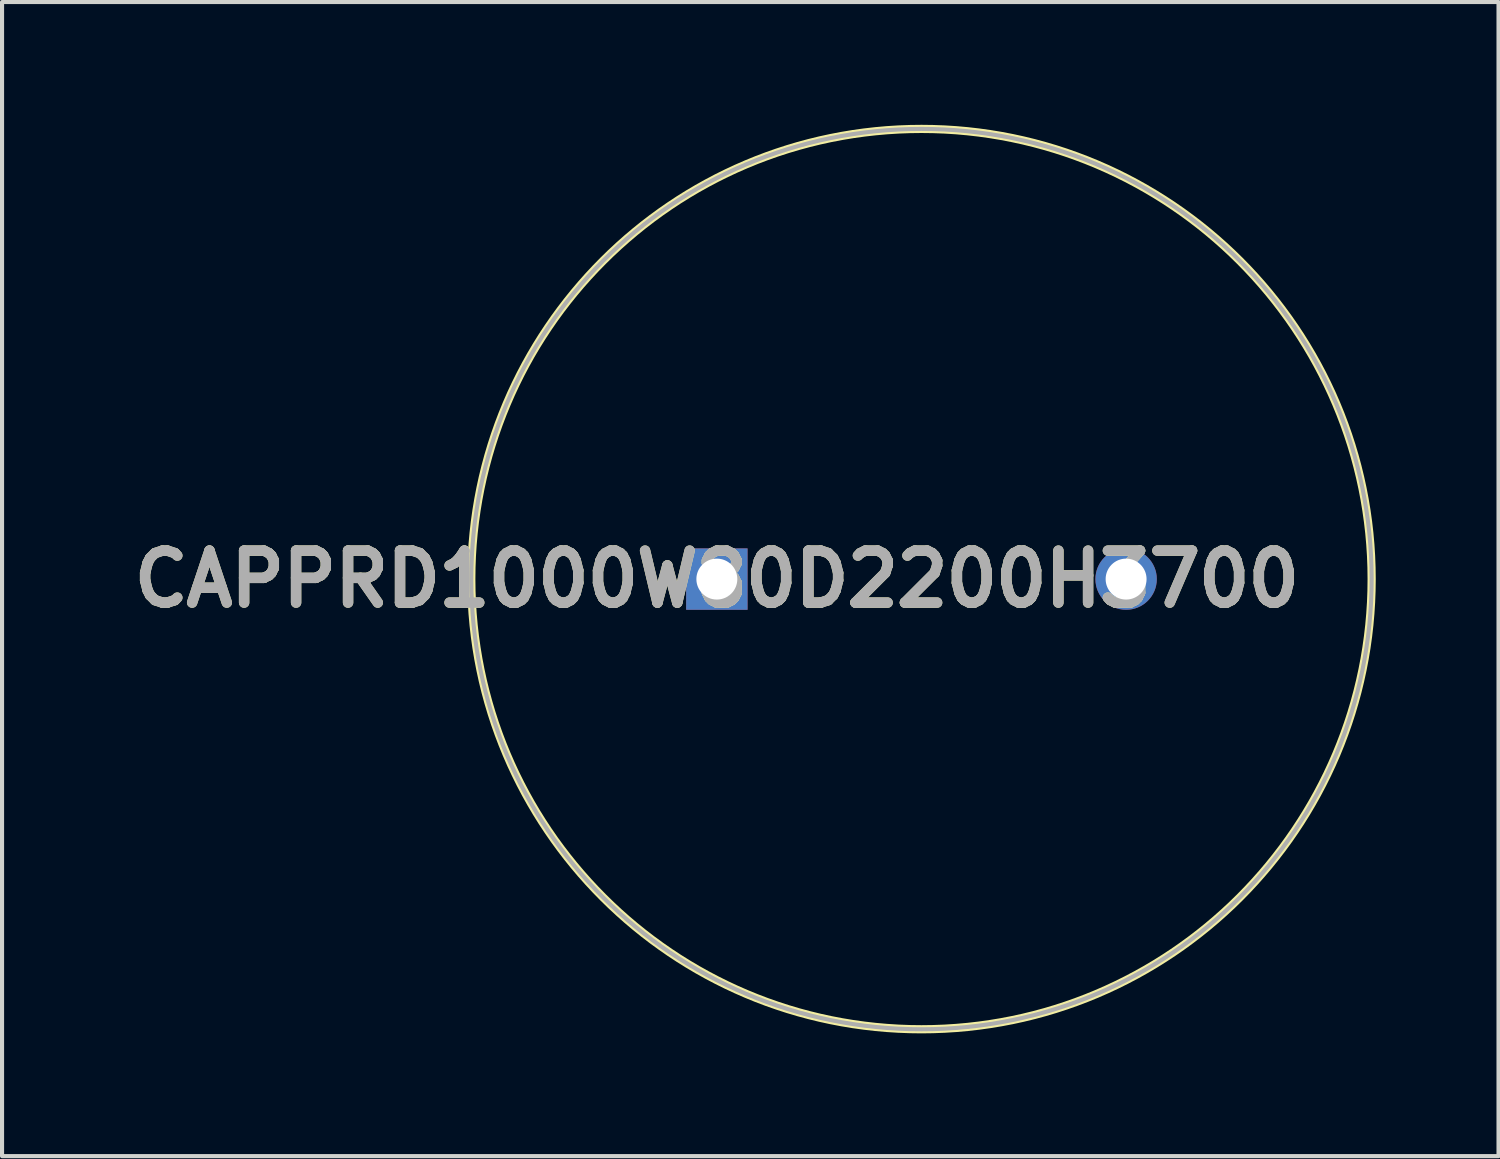
<source format=kicad_pcb>
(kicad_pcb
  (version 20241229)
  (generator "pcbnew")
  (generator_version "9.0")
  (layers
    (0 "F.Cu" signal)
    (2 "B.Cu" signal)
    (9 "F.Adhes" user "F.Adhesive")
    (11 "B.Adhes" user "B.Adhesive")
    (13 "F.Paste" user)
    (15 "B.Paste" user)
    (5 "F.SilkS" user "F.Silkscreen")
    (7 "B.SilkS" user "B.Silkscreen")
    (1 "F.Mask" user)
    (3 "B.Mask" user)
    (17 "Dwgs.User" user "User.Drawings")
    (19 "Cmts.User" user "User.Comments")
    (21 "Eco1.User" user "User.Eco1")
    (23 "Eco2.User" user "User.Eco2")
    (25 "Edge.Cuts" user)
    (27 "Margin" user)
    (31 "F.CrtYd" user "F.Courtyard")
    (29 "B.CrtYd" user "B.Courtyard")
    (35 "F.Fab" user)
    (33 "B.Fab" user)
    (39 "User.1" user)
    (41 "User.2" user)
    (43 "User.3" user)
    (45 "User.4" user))
  (footprint "CAPPRD1000W80D2200H3700"
    (layer "F.Cu")
    (at 14.466 11.1)
    (property "Reference" "CAPPRD1000W80D2200H3700" (at 0 0 0) (layer "F.SilkS") (effects (font (size 1.27 1.27) (thickness 0.254))))
    (attr through_hole)
    (fp_circle (center 5 0) (end 5 11) (stroke (width 0.2) (type solid)) (fill no) (layer "F.SilkS"))
    (fp_circle (center 5 0) (end 5 11) (stroke (width 0.1) (type solid)) (fill no) (layer "F.Fab"))
    (fp_text user "${REFERENCE}" (at 0 0 0) (layer "F.Fab") (effects (font (size 1.27 1.27) (thickness 0.254))))
    (pad "1" thru_hole rect (at 0 0) (size 1.5 1.5) (drill 1) (layers "*.Cu" "*.Mask"))
    (pad "2" thru_hole circle (at 10 0) (size 1.5 1.5) (drill 1) (layers "*.Cu" "*.Mask")))
  (gr_rect
    (start -3 -3)
    (end 33.566 25.2)
    (stroke (width 0.1) (type default))
    (fill no)
    (layer "Edge.Cuts")))
</source>
